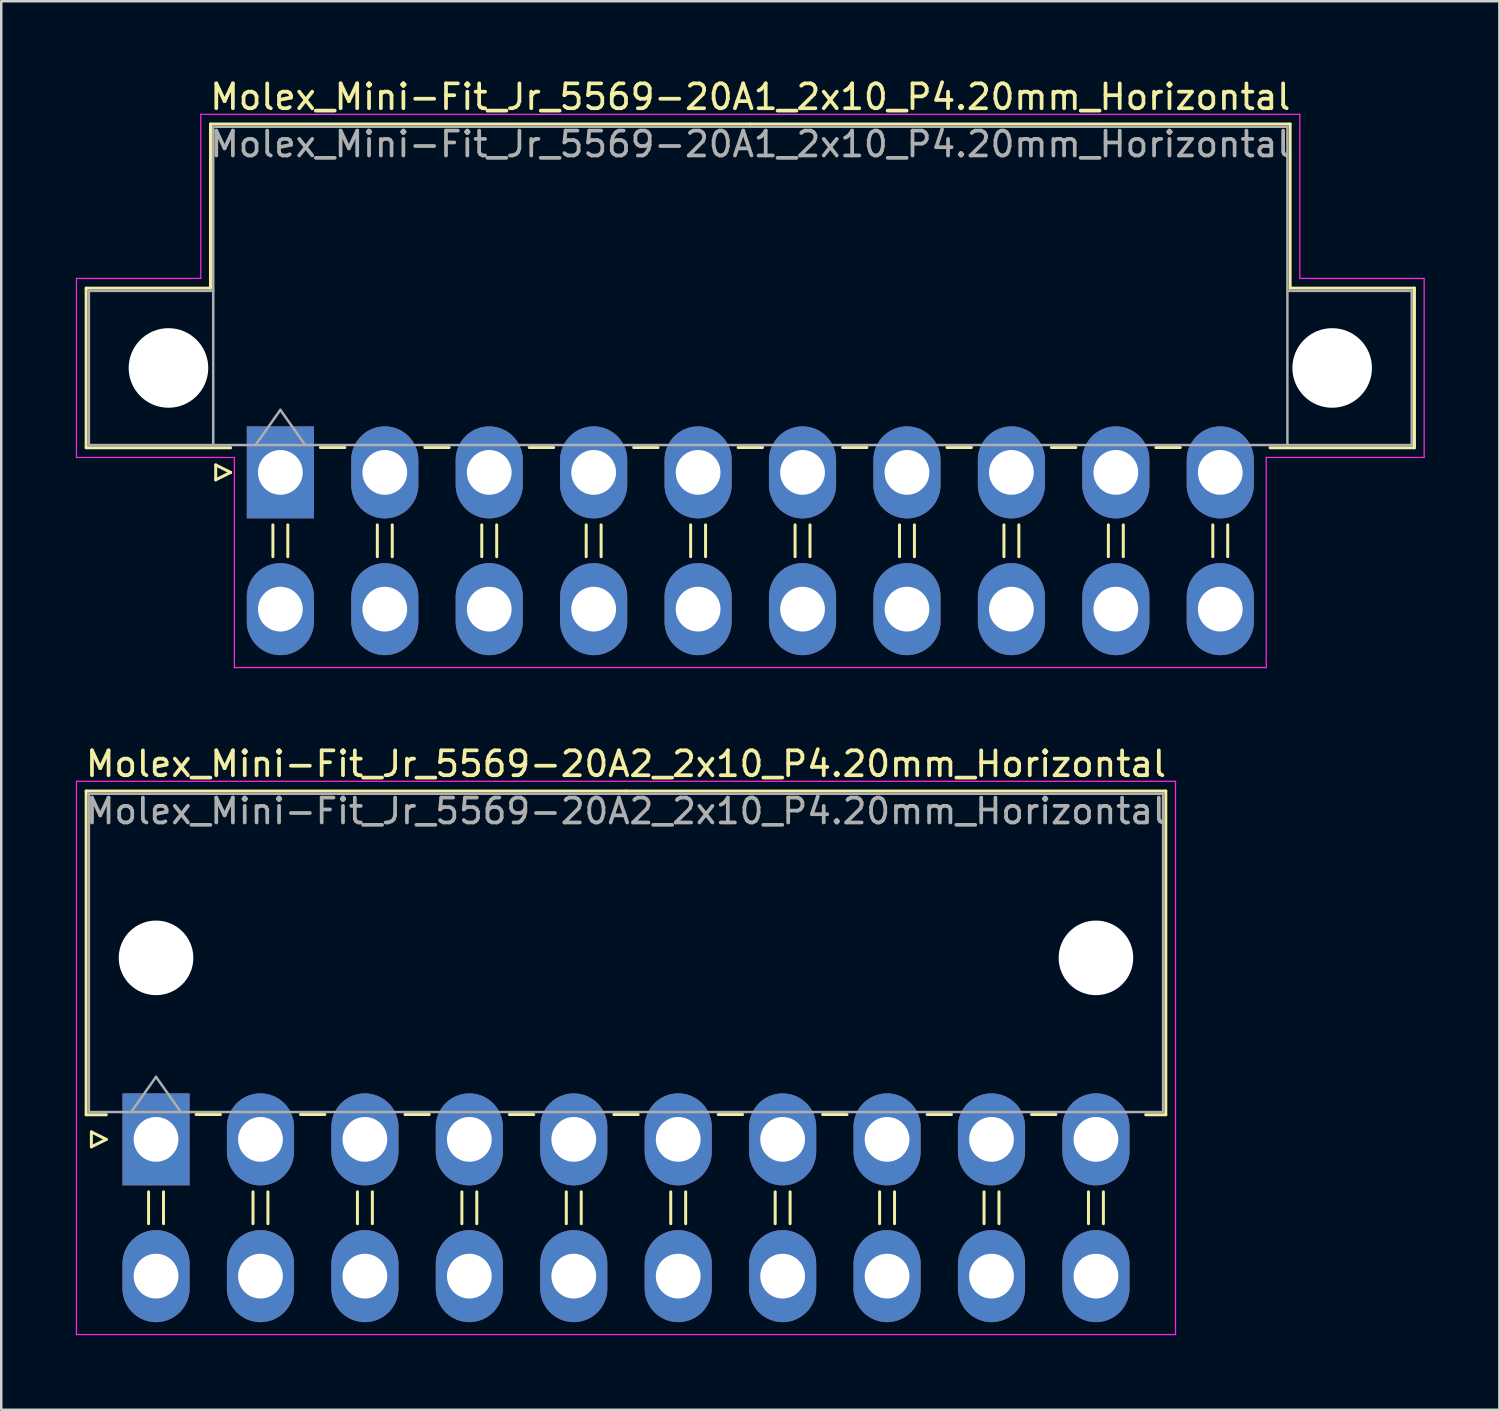
<source format=kicad_pcb>
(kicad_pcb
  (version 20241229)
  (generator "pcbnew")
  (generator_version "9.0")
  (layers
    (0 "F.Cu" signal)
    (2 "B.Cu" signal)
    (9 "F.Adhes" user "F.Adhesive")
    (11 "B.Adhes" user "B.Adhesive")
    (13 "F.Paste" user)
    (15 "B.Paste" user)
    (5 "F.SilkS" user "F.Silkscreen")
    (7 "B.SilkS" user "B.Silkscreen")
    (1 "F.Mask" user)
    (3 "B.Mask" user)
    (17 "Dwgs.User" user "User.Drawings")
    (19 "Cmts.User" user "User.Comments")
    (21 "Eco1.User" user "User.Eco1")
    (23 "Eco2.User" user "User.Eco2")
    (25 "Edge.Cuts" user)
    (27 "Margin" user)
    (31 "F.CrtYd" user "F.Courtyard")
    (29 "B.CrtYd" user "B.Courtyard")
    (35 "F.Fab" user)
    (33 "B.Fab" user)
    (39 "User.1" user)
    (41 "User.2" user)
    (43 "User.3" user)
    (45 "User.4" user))
  (footprint "Molex_Mini-Fit_Jr_5569-20A2_2x10_P4.20mm_Horizontal"
    (layer "F.Cu")
    (at 3.225 42.772)
    (property "Reference" "Molex_Mini-Fit_Jr_5569-20A2_2x10_P4.20mm_Horizontal" (at 18.9 -15.1 0) (layer "F.SilkS") (effects (font (size 1 1) (thickness 0.15))))
    (attr through_hole)
    (fp_line (start -2.81 -14.01) (end 18.9 -14.01) (stroke (width 0.12) (type solid)) (layer "F.SilkS"))
    (fp_line (start -2.81 -0.99) (end -2.81 -14.01) (stroke (width 0.12) (type solid)) (layer "F.SilkS"))
    (fp_line (start -2.6 -0.3) (end -2 0) (stroke (width 0.12) (type solid)) (layer "F.SilkS"))
    (fp_line (start -2.6 0.3) (end -2.6 -0.3) (stroke (width 0.12) (type solid)) (layer "F.SilkS"))
    (fp_line (start -2 -0.99) (end -2.81 -0.99) (stroke (width 0.12) (type solid)) (layer "F.SilkS"))
    (fp_line (start -2 0) (end -2.6 0.3) (stroke (width 0.12) (type solid)) (layer "F.SilkS"))
    (fp_line (start -0.3 2.11) (end -0.3 3.39) (stroke (width 0.12) (type solid)) (layer "F.SilkS"))
    (fp_line (start 0.3 2.11) (end 0.3 3.39) (stroke (width 0.12) (type solid)) (layer "F.SilkS"))
    (fp_line (start 1.61 -1) (end 2.59 -1) (stroke (width 0.12) (type solid)) (layer "F.SilkS"))
    (fp_line (start 3.9 2.11) (end 3.9 3.39) (stroke (width 0.12) (type solid)) (layer "F.SilkS"))
    (fp_line (start 4.5 2.11) (end 4.5 3.39) (stroke (width 0.12) (type solid)) (layer "F.SilkS"))
    (fp_line (start 5.81 -1) (end 6.79 -1) (stroke (width 0.12) (type solid)) (layer "F.SilkS"))
    (fp_line (start 8.1 2.11) (end 8.1 3.39) (stroke (width 0.12) (type solid)) (layer "F.SilkS"))
    (fp_line (start 8.7 2.11) (end 8.7 3.39) (stroke (width 0.12) (type solid)) (layer "F.SilkS"))
    (fp_line (start 10.01 -1) (end 10.99 -1) (stroke (width 0.12) (type solid)) (layer "F.SilkS"))
    (fp_line (start 12.3 2.11) (end 12.3 3.39) (stroke (width 0.12) (type solid)) (layer "F.SilkS"))
    (fp_line (start 12.9 2.11) (end 12.9 3.39) (stroke (width 0.12) (type solid)) (layer "F.SilkS"))
    (fp_line (start 14.21 -1) (end 15.19 -1) (stroke (width 0.12) (type solid)) (layer "F.SilkS"))
    (fp_line (start 16.5 2.11) (end 16.5 3.39) (stroke (width 0.12) (type solid)) (layer "F.SilkS"))
    (fp_line (start 17.1 2.11) (end 17.1 3.39) (stroke (width 0.12) (type solid)) (layer "F.SilkS"))
    (fp_line (start 18.41 -1) (end 19.39 -1) (stroke (width 0.12) (type solid)) (layer "F.SilkS"))
    (fp_line (start 20.7 2.11) (end 20.7 3.39) (stroke (width 0.12) (type solid)) (layer "F.SilkS"))
    (fp_line (start 21.3 2.11) (end 21.3 3.39) (stroke (width 0.12) (type solid)) (layer "F.SilkS"))
    (fp_line (start 22.61 -1) (end 23.59 -1) (stroke (width 0.12) (type solid)) (layer "F.SilkS"))
    (fp_line (start 24.9 2.11) (end 24.9 3.39) (stroke (width 0.12) (type solid)) (layer "F.SilkS"))
    (fp_line (start 25.5 2.11) (end 25.5 3.39) (stroke (width 0.12) (type solid)) (layer "F.SilkS"))
    (fp_line (start 26.81 -1) (end 27.79 -1) (stroke (width 0.12) (type solid)) (layer "F.SilkS"))
    (fp_line (start 29.1 2.11) (end 29.1 3.39) (stroke (width 0.12) (type solid)) (layer "F.SilkS"))
    (fp_line (start 29.7 2.11) (end 29.7 3.39) (stroke (width 0.12) (type solid)) (layer "F.SilkS"))
    (fp_line (start 31.01 -1) (end 31.99 -1) (stroke (width 0.12) (type solid)) (layer "F.SilkS"))
    (fp_line (start 33.3 2.11) (end 33.3 3.39) (stroke (width 0.12) (type solid)) (layer "F.SilkS"))
    (fp_line (start 33.9 2.11) (end 33.9 3.39) (stroke (width 0.12) (type solid)) (layer "F.SilkS"))
    (fp_line (start 35.21 -1) (end 36.19 -1) (stroke (width 0.12) (type solid)) (layer "F.SilkS"))
    (fp_line (start 37.5 2.11) (end 37.5 3.39) (stroke (width 0.12) (type solid)) (layer "F.SilkS"))
    (fp_line (start 38.1 2.11) (end 38.1 3.39) (stroke (width 0.12) (type solid)) (layer "F.SilkS"))
    (fp_line (start 39.8 -0.99) (end 40.61 -0.99) (stroke (width 0.12) (type solid)) (layer "F.SilkS"))
    (fp_line (start 40.61 -14.01) (end 18.9 -14.01) (stroke (width 0.12) (type solid)) (layer "F.SilkS"))
    (fp_line (start 40.61 -0.99) (end 40.61 -14.01) (stroke (width 0.12) (type solid)) (layer "F.SilkS"))
    (fp_line (start -3.2 -14.4) (end -3.2 7.85) (stroke (width 0.05) (type solid)) (layer "F.CrtYd"))
    (fp_line (start -3.2 7.85) (end 41 7.85) (stroke (width 0.05) (type solid)) (layer "F.CrtYd"))
    (fp_line (start 41 -14.4) (end -3.2 -14.4) (stroke (width 0.05) (type solid)) (layer "F.CrtYd"))
    (fp_line (start 41 7.85) (end 41 -14.4) (stroke (width 0.05) (type solid)) (layer "F.CrtYd"))
    (fp_line (start -2.7 -13.9) (end -2.7 -1.1) (stroke (width 0.1) (type solid)) (layer "F.Fab"))
    (fp_line (start -2.7 -1.1) (end 40.5 -1.1) (stroke (width 0.1) (type solid)) (layer "F.Fab"))
    (fp_line (start -1 -1.1) (end 0 -2.514) (stroke (width 0.1) (type solid)) (layer "F.Fab"))
    (fp_line (start 0 -2.514) (end 1 -1.1) (stroke (width 0.1) (type solid)) (layer "F.Fab"))
    (fp_line (start 40.5 -13.9) (end -2.7 -13.9) (stroke (width 0.1) (type solid)) (layer "F.Fab"))
    (fp_line (start 40.5 -1.1) (end 40.5 -13.9) (stroke (width 0.1) (type solid)) (layer "F.Fab"))
    (fp_text user "${REFERENCE}" (at 18.9 -13.2 0) (layer "F.Fab") (effects (font (size 1 1) (thickness 0.15))))
    (pad "" np_thru_hole circle (at 0 -7.3) (size 3 3) (drill 3) (layers "*.Cu" "*.Mask"))
    (pad "" np_thru_hole circle (at 37.8 -7.3) (size 3 3) (drill 3) (layers "*.Cu" "*.Mask"))
    (pad "1" thru_hole rect (at 0 0) (size 2.7 3.7) (drill 1.8) (layers "*.Cu" "*.Mask"))
    (pad "2" thru_hole oval (at 4.2 0) (size 2.7 3.7) (drill 1.8) (layers "*.Cu" "*.Mask"))
    (pad "3" thru_hole oval (at 8.4 0) (size 2.7 3.7) (drill 1.8) (layers "*.Cu" "*.Mask"))
    (pad "4" thru_hole oval (at 12.6 0) (size 2.7 3.7) (drill 1.8) (layers "*.Cu" "*.Mask"))
    (pad "5" thru_hole oval (at 16.8 0) (size 2.7 3.7) (drill 1.8) (layers "*.Cu" "*.Mask"))
    (pad "6" thru_hole oval (at 21 0) (size 2.7 3.7) (drill 1.8) (layers "*.Cu" "*.Mask"))
    (pad "7" thru_hole oval (at 25.2 0) (size 2.7 3.7) (drill 1.8) (layers "*.Cu" "*.Mask"))
    (pad "8" thru_hole oval (at 29.4 0) (size 2.7 3.7) (drill 1.8) (layers "*.Cu" "*.Mask"))
    (pad "9" thru_hole oval (at 33.6 0) (size 2.7 3.7) (drill 1.8) (layers "*.Cu" "*.Mask"))
    (pad "10" thru_hole oval (at 37.8 0) (size 2.7 3.7) (drill 1.8) (layers "*.Cu" "*.Mask"))
    (pad "11" thru_hole oval (at 0 5.5) (size 2.7 3.7) (drill 1.8) (layers "*.Cu" "*.Mask"))
    (pad "12" thru_hole oval (at 4.2 5.5) (size 2.7 3.7) (drill 1.8) (layers "*.Cu" "*.Mask"))
    (pad "13" thru_hole oval (at 8.4 5.5) (size 2.7 3.7) (drill 1.8) (layers "*.Cu" "*.Mask"))
    (pad "14" thru_hole oval (at 12.6 5.5) (size 2.7 3.7) (drill 1.8) (layers "*.Cu" "*.Mask"))
    (pad "15" thru_hole oval (at 16.8 5.5) (size 2.7 3.7) (drill 1.8) (layers "*.Cu" "*.Mask"))
    (pad "16" thru_hole oval (at 21 5.5) (size 2.7 3.7) (drill 1.8) (layers "*.Cu" "*.Mask"))
    (pad "17" thru_hole oval (at 25.2 5.5) (size 2.7 3.7) (drill 1.8) (layers "*.Cu" "*.Mask"))
    (pad "18" thru_hole oval (at 29.4 5.5) (size 2.7 3.7) (drill 1.8) (layers "*.Cu" "*.Mask"))
    (pad "19" thru_hole oval (at 33.6 5.5) (size 2.7 3.7) (drill 1.8) (layers "*.Cu" "*.Mask"))
    (pad "20" thru_hole oval (at 37.8 5.5) (size 2.7 3.7) (drill 1.8) (layers "*.Cu" "*.Mask")))
  (footprint "Molex_Mini-Fit_Jr_5569-20A1_2x10_P4.20mm_Horizontal"
    (layer "F.Cu")
    (at 8.225 15.948)
    (property "Reference" "Molex_Mini-Fit_Jr_5569-20A1_2x10_P4.20mm_Horizontal" (at 18.9 -15.1 0) (layer "F.SilkS") (effects (font (size 1 1) (thickness 0.15))))
    (attr through_hole)
    (fp_line (start -7.81 -7.41) (end -7.81 -0.99) (stroke (width 0.12) (type solid)) (layer "F.SilkS"))
    (fp_line (start -7.81 -0.99) (end -2 -0.99) (stroke (width 0.12) (type solid)) (layer "F.SilkS"))
    (fp_line (start -2.81 -14.01) (end -2.81 -7.41) (stroke (width 0.12) (type solid)) (layer "F.SilkS"))
    (fp_line (start -2.81 -7.41) (end -7.81 -7.41) (stroke (width 0.12) (type solid)) (layer "F.SilkS"))
    (fp_line (start -2.6 -0.3) (end -2 0) (stroke (width 0.12) (type solid)) (layer "F.SilkS"))
    (fp_line (start -2.6 0.3) (end -2.6 -0.3) (stroke (width 0.12) (type solid)) (layer "F.SilkS"))
    (fp_line (start -2 0) (end -2.6 0.3) (stroke (width 0.12) (type solid)) (layer "F.SilkS"))
    (fp_line (start -0.3 2.11) (end -0.3 3.39) (stroke (width 0.12) (type solid)) (layer "F.SilkS"))
    (fp_line (start 0.3 2.11) (end 0.3 3.39) (stroke (width 0.12) (type solid)) (layer "F.SilkS"))
    (fp_line (start 1.61 -1) (end 2.59 -1) (stroke (width 0.12) (type solid)) (layer "F.SilkS"))
    (fp_line (start 3.9 2.11) (end 3.9 3.39) (stroke (width 0.12) (type solid)) (layer "F.SilkS"))
    (fp_line (start 4.5 2.11) (end 4.5 3.39) (stroke (width 0.12) (type solid)) (layer "F.SilkS"))
    (fp_line (start 5.81 -1) (end 6.79 -1) (stroke (width 0.12) (type solid)) (layer "F.SilkS"))
    (fp_line (start 8.1 2.11) (end 8.1 3.39) (stroke (width 0.12) (type solid)) (layer "F.SilkS"))
    (fp_line (start 8.7 2.11) (end 8.7 3.39) (stroke (width 0.12) (type solid)) (layer "F.SilkS"))
    (fp_line (start 10.01 -1) (end 10.99 -1) (stroke (width 0.12) (type solid)) (layer "F.SilkS"))
    (fp_line (start 12.3 2.11) (end 12.3 3.39) (stroke (width 0.12) (type solid)) (layer "F.SilkS"))
    (fp_line (start 12.9 2.11) (end 12.9 3.39) (stroke (width 0.12) (type solid)) (layer "F.SilkS"))
    (fp_line (start 14.21 -1) (end 15.19 -1) (stroke (width 0.12) (type solid)) (layer "F.SilkS"))
    (fp_line (start 16.5 2.11) (end 16.5 3.39) (stroke (width 0.12) (type solid)) (layer "F.SilkS"))
    (fp_line (start 17.1 2.11) (end 17.1 3.39) (stroke (width 0.12) (type solid)) (layer "F.SilkS"))
    (fp_line (start 18.41 -1) (end 19.39 -1) (stroke (width 0.12) (type solid)) (layer "F.SilkS"))
    (fp_line (start 18.9 -14.01) (end -2.81 -14.01) (stroke (width 0.12) (type solid)) (layer "F.SilkS"))
    (fp_line (start 18.9 -14.01) (end 40.61 -14.01) (stroke (width 0.12) (type solid)) (layer "F.SilkS"))
    (fp_line (start 20.7 2.11) (end 20.7 3.39) (stroke (width 0.12) (type solid)) (layer "F.SilkS"))
    (fp_line (start 21.3 2.11) (end 21.3 3.39) (stroke (width 0.12) (type solid)) (layer "F.SilkS"))
    (fp_line (start 22.61 -1) (end 23.59 -1) (stroke (width 0.12) (type solid)) (layer "F.SilkS"))
    (fp_line (start 24.9 2.11) (end 24.9 3.39) (stroke (width 0.12) (type solid)) (layer "F.SilkS"))
    (fp_line (start 25.5 2.11) (end 25.5 3.39) (stroke (width 0.12) (type solid)) (layer "F.SilkS"))
    (fp_line (start 26.81 -1) (end 27.79 -1) (stroke (width 0.12) (type solid)) (layer "F.SilkS"))
    (fp_line (start 29.1 2.11) (end 29.1 3.39) (stroke (width 0.12) (type solid)) (layer "F.SilkS"))
    (fp_line (start 29.7 2.11) (end 29.7 3.39) (stroke (width 0.12) (type solid)) (layer "F.SilkS"))
    (fp_line (start 31.01 -1) (end 31.99 -1) (stroke (width 0.12) (type solid)) (layer "F.SilkS"))
    (fp_line (start 33.3 2.11) (end 33.3 3.39) (stroke (width 0.12) (type solid)) (layer "F.SilkS"))
    (fp_line (start 33.9 2.11) (end 33.9 3.39) (stroke (width 0.12) (type solid)) (layer "F.SilkS"))
    (fp_line (start 35.21 -1) (end 36.19 -1) (stroke (width 0.12) (type solid)) (layer "F.SilkS"))
    (fp_line (start 37.5 2.11) (end 37.5 3.39) (stroke (width 0.12) (type solid)) (layer "F.SilkS"))
    (fp_line (start 38.1 2.11) (end 38.1 3.39) (stroke (width 0.12) (type solid)) (layer "F.SilkS"))
    (fp_line (start 40.61 -14.01) (end 40.61 -7.41) (stroke (width 0.12) (type solid)) (layer "F.SilkS"))
    (fp_line (start 40.61 -7.41) (end 45.61 -7.41) (stroke (width 0.12) (type solid)) (layer "F.SilkS"))
    (fp_line (start 45.61 -7.41) (end 45.61 -0.99) (stroke (width 0.12) (type solid)) (layer "F.SilkS"))
    (fp_line (start 45.61 -0.99) (end 39.8 -0.99) (stroke (width 0.12) (type solid)) (layer "F.SilkS"))
    (fp_line (start -8.2 -7.8) (end -8.2 -0.6) (stroke (width 0.05) (type solid)) (layer "F.CrtYd"))
    (fp_line (start -8.2 -0.6) (end -1.85 -0.6) (stroke (width 0.05) (type solid)) (layer "F.CrtYd"))
    (fp_line (start -3.2 -14.4) (end -3.2 -7.8) (stroke (width 0.05) (type solid)) (layer "F.CrtYd"))
    (fp_line (start -3.2 -7.8) (end -8.2 -7.8) (stroke (width 0.05) (type solid)) (layer "F.CrtYd"))
    (fp_line (start -1.85 -0.6) (end -1.85 7.85) (stroke (width 0.05) (type solid)) (layer "F.CrtYd"))
    (fp_line (start -1.85 7.85) (end 18.9 7.85) (stroke (width 0.05) (type solid)) (layer "F.CrtYd"))
    (fp_line (start 18.9 -14.4) (end -3.2 -14.4) (stroke (width 0.05) (type solid)) (layer "F.CrtYd"))
    (fp_line (start 18.9 -14.4) (end 41 -14.4) (stroke (width 0.05) (type solid)) (layer "F.CrtYd"))
    (fp_line (start 39.65 -0.6) (end 39.65 7.85) (stroke (width 0.05) (type solid)) (layer "F.CrtYd"))
    (fp_line (start 39.65 7.85) (end 18.9 7.85) (stroke (width 0.05) (type solid)) (layer "F.CrtYd"))
    (fp_line (start 41 -14.4) (end 41 -7.8) (stroke (width 0.05) (type solid)) (layer "F.CrtYd"))
    (fp_line (start 41 -7.8) (end 46 -7.8) (stroke (width 0.05) (type solid)) (layer "F.CrtYd"))
    (fp_line (start 46 -7.8) (end 46 -0.6) (stroke (width 0.05) (type solid)) (layer "F.CrtYd"))
    (fp_line (start 46 -0.6) (end 39.65 -0.6) (stroke (width 0.05) (type solid)) (layer "F.CrtYd"))
    (fp_line (start -7.7 -7.3) (end -7.7 -1.1) (stroke (width 0.1) (type solid)) (layer "F.Fab"))
    (fp_line (start -7.7 -1.1) (end -2.7 -1.1) (stroke (width 0.1) (type solid)) (layer "F.Fab"))
    (fp_line (start -2.7 -13.9) (end -2.7 -1.1) (stroke (width 0.1) (type solid)) (layer "F.Fab"))
    (fp_line (start -2.7 -7.3) (end -7.7 -7.3) (stroke (width 0.1) (type solid)) (layer "F.Fab"))
    (fp_line (start -2.7 -1.1) (end 40.5 -1.1) (stroke (width 0.1) (type solid)) (layer "F.Fab"))
    (fp_line (start -1 -1.1) (end 0 -2.514) (stroke (width 0.1) (type solid)) (layer "F.Fab"))
    (fp_line (start 0 -2.514) (end 1 -1.1) (stroke (width 0.1) (type solid)) (layer "F.Fab"))
    (fp_line (start 40.5 -13.9) (end -2.7 -13.9) (stroke (width 0.1) (type solid)) (layer "F.Fab"))
    (fp_line (start 40.5 -7.3) (end 45.5 -7.3) (stroke (width 0.1) (type solid)) (layer "F.Fab"))
    (fp_line (start 40.5 -1.1) (end 40.5 -13.9) (stroke (width 0.1) (type solid)) (layer "F.Fab"))
    (fp_line (start 45.5 -7.3) (end 45.5 -1.1) (stroke (width 0.1) (type solid)) (layer "F.Fab"))
    (fp_line (start 45.5 -1.1) (end 40.5 -1.1) (stroke (width 0.1) (type solid)) (layer "F.Fab"))
    (fp_text user "${REFERENCE}" (at 18.9 -13.2 0) (layer "F.Fab") (effects (font (size 1 1) (thickness 0.15))))
    (pad "" np_thru_hole circle (at -4.5 -4.2) (size 3.2 3.2) (drill 3.2) (layers "*.Cu" "*.Mask"))
    (pad "" np_thru_hole circle (at 42.3 -4.2) (size 3.2 3.2) (drill 3.2) (layers "*.Cu" "*.Mask"))
    (pad "1" thru_hole rect (at 0 0) (size 2.7 3.7) (drill 1.8) (layers "*.Cu" "*.Mask"))
    (pad "2" thru_hole oval (at 4.2 0) (size 2.7 3.7) (drill 1.8) (layers "*.Cu" "*.Mask"))
    (pad "3" thru_hole oval (at 8.4 0) (size 2.7 3.7) (drill 1.8) (layers "*.Cu" "*.Mask"))
    (pad "4" thru_hole oval (at 12.6 0) (size 2.7 3.7) (drill 1.8) (layers "*.Cu" "*.Mask"))
    (pad "5" thru_hole oval (at 16.8 0) (size 2.7 3.7) (drill 1.8) (layers "*.Cu" "*.Mask"))
    (pad "6" thru_hole oval (at 21 0) (size 2.7 3.7) (drill 1.8) (layers "*.Cu" "*.Mask"))
    (pad "7" thru_hole oval (at 25.2 0) (size 2.7 3.7) (drill 1.8) (layers "*.Cu" "*.Mask"))
    (pad "8" thru_hole oval (at 29.4 0) (size 2.7 3.7) (drill 1.8) (layers "*.Cu" "*.Mask"))
    (pad "9" thru_hole oval (at 33.6 0) (size 2.7 3.7) (drill 1.8) (layers "*.Cu" "*.Mask"))
    (pad "10" thru_hole oval (at 37.8 0) (size 2.7 3.7) (drill 1.8) (layers "*.Cu" "*.Mask"))
    (pad "11" thru_hole oval (at 0 5.5) (size 2.7 3.7) (drill 1.8) (layers "*.Cu" "*.Mask"))
    (pad "12" thru_hole oval (at 4.2 5.5) (size 2.7 3.7) (drill 1.8) (layers "*.Cu" "*.Mask"))
    (pad "13" thru_hole oval (at 8.4 5.5) (size 2.7 3.7) (drill 1.8) (layers "*.Cu" "*.Mask"))
    (pad "14" thru_hole oval (at 12.6 5.5) (size 2.7 3.7) (drill 1.8) (layers "*.Cu" "*.Mask"))
    (pad "15" thru_hole oval (at 16.8 5.5) (size 2.7 3.7) (drill 1.8) (layers "*.Cu" "*.Mask"))
    (pad "16" thru_hole oval (at 21 5.5) (size 2.7 3.7) (drill 1.8) (layers "*.Cu" "*.Mask"))
    (pad "17" thru_hole oval (at 25.2 5.5) (size 2.7 3.7) (drill 1.8) (layers "*.Cu" "*.Mask"))
    (pad "18" thru_hole oval (at 29.4 5.5) (size 2.7 3.7) (drill 1.8) (layers "*.Cu" "*.Mask"))
    (pad "19" thru_hole oval (at 33.6 5.5) (size 2.7 3.7) (drill 1.8) (layers "*.Cu" "*.Mask"))
    (pad "20" thru_hole oval (at 37.8 5.5) (size 2.7 3.7) (drill 1.8) (layers "*.Cu" "*.Mask")))
  (gr_rect
    (start -3 -3)
    (end 57.25 53.647)
    (stroke (width 0.1) (type default))
    (fill no)
    (layer "Edge.Cuts")))
</source>
